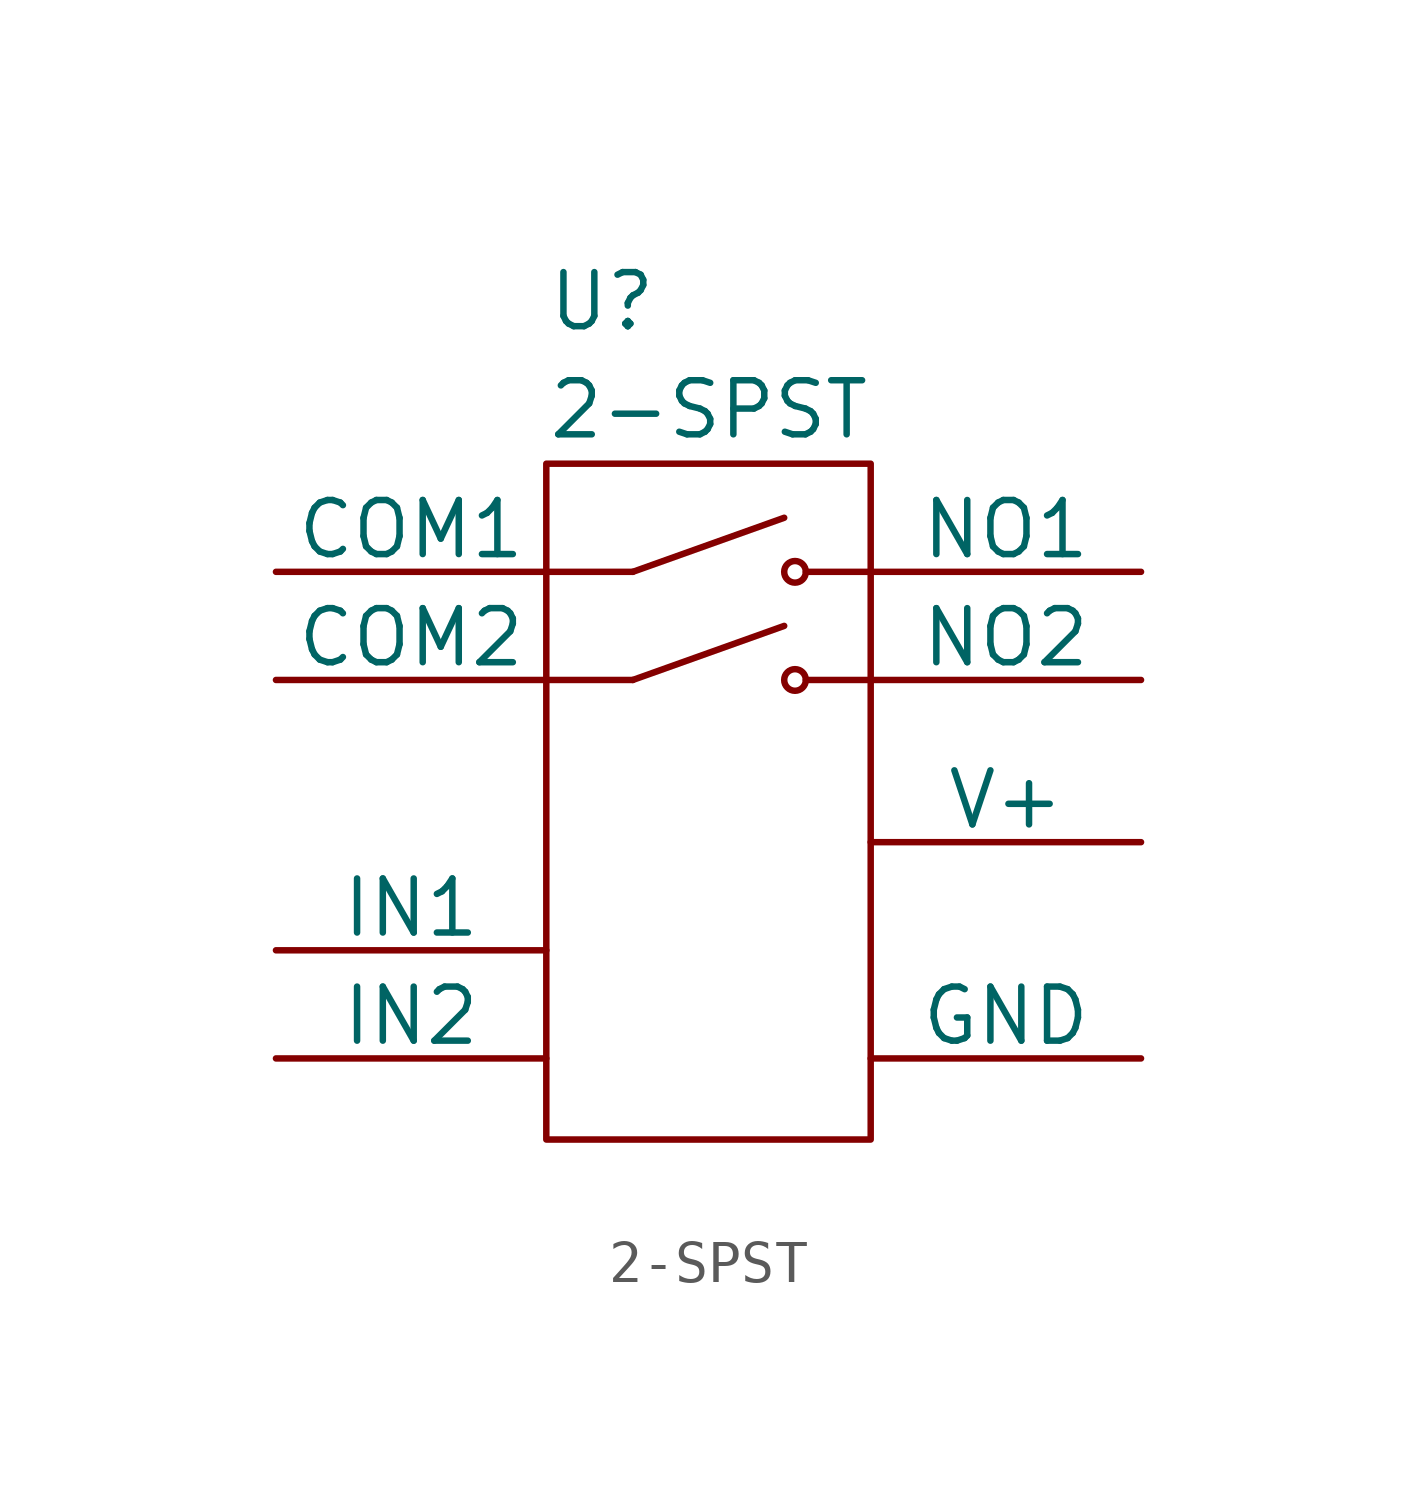
<source format=kicad_sym>
(kicad_symbol_lib
  (version 20211014)
  (generator kicad_symbol_editor)
  (symbol "2-SPST"
    (pin_numbers hide)
    (pin_names
      (offset 0))
    (property "Reference" "U"
      (at -3.81 1.27 0)
      (effects (font (size 1.27 1.27)) (justify left)))
    (property "Value" "2-SPST"
      (at -3.81 -1.27 0)
      (effects (font (size 1.27 1.27)) (justify left)))
    (symbol "2-SPST_0_1"
      (rectangle (start -3.81 -2.54) (end 3.81 -18.415) (stroke (width 0) (type default) (color 0 0 0 0)) (fill (type none)))
      (polyline (pts (xy -1.778 -7.62) (xy -3.81 -7.62)) (stroke (width 0) (type default) (color 0 0 0 0)) (fill (type none)))
      (polyline (pts (xy -1.778 -7.62) (xy 1.778 -6.35)) (stroke (width 0) (type default) (color 0 0 0 0)) (fill (type none)))
      (polyline (pts (xy -1.778 -5.08) (xy -3.81 -5.08)) (stroke (width 0) (type default) (color 0 0 0 0)) (fill (type none)))
      (polyline (pts (xy -1.778 -5.08) (xy 1.778 -3.81)) (stroke (width 0) (type default) (color 0 0 0 0)) (fill (type none)))
      (polyline (pts (xy 2.286 -7.62) (xy 3.81 -7.62)) (stroke (width 0) (type default) (color 0 0 0 0)) (fill (type none)))
      (polyline (pts (xy 2.286 -5.08) (xy 3.81 -5.08)) (stroke (width 0) (type default) (color 0 0 0 0)) (fill (type none)))
      (circle (center 2.032 -7.62) (radius 0.254) (stroke (width 0) (type default) (color 0 0 0 0)) (fill (type none)))
      (circle (center 2.032 -5.08) (radius 0.254) (stroke (width 0) (type default) (color 0 0 0 0)) (fill (type none))))
    (symbol "2-SPST_1_1"
      (pin passive line (at 10.16 -5.08 180) (length 6.35) (name "NO1" (effects (font (size 1.27 1.27)))) (number "1" (effects (font (size 1.016 1.016)))))
      (pin passive line (at -10.16 -5.08 0) (length 6.35) (name "COM1" (effects (font (size 1.27 1.27)))) (number "2" (effects (font (size 1.016 1.016)))))
      (pin input line (at -10.16 -16.51 0) (length 6.35) (name "IN2" (effects (font (size 1.27 1.27)))) (number "3" (effects (font (size 1.016 1.016)))))
      (pin power_in line (at 10.16 -16.51 180) (length 6.35) (name "GND" (effects (font (size 1.27 1.27)))) (number "4" (effects (font (size 1.016 1.016)))))
      (pin passive line (at 10.16 -7.62 180) (length 6.35) (name "NO2" (effects (font (size 1.27 1.27)))) (number "5" (effects (font (size 1.016 1.016)))))
      (pin passive line (at -10.16 -7.62 0) (length 6.35) (name "COM2" (effects (font (size 1.27 1.27)))) (number "6" (effects (font (size 1.016 1.016)))))
      (pin input line (at -10.16 -13.97 0) (length 6.35) (name "IN1" (effects (font (size 1.27 1.27)))) (number "7" (effects (font (size 1.016 1.016)))))
      (pin power_in line (at 10.16 -11.43 180) (length 6.35) (name "V+" (effects (font (size 1.27 1.27)))) (number "8" (effects (font (size 1.016 1.016))))))))
</source>
